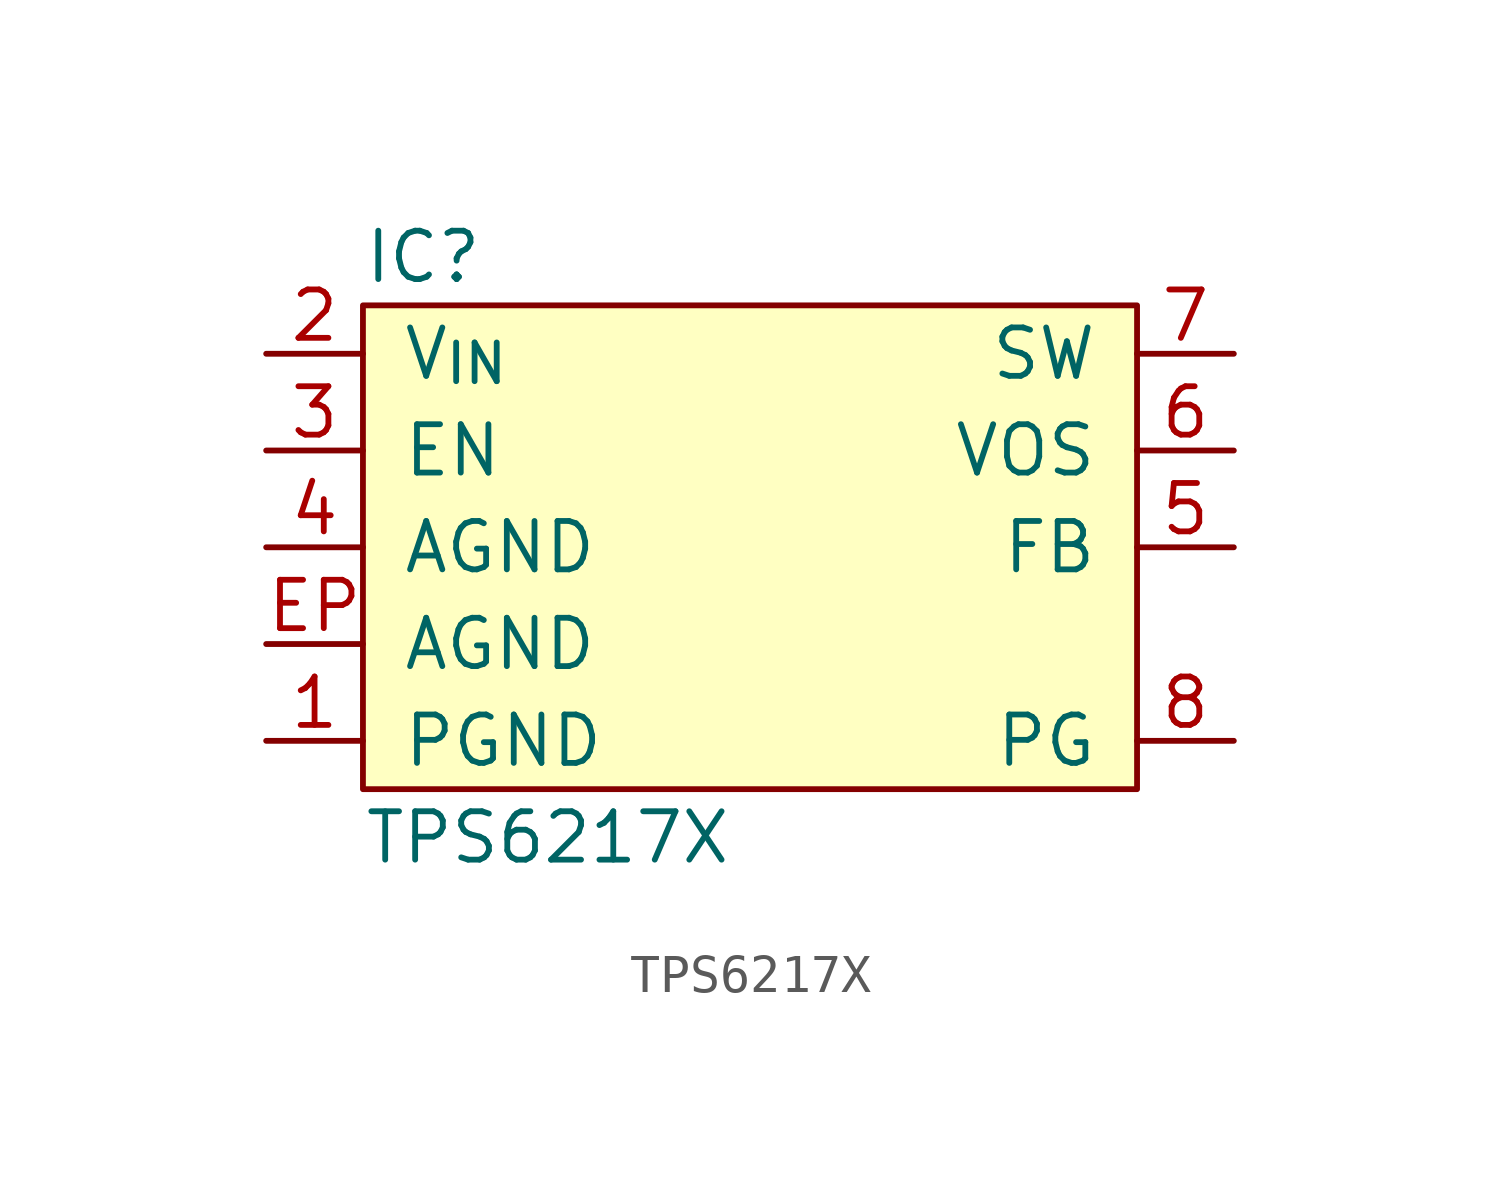
<source format=kicad_sym>
(kicad_symbol_lib
  (version 20211014)
  (generator agg_kicad.build_lib_ic)
  (symbol "TPS6217X"
    (pin_names
      (offset 1.016))
    (property Reference IC
      (at -10.16 7.62 0)
      (effects (font (size 1.27 1.27)) (justify left)))
    (property Value "TPS6217X"
      (at -10.16 -7.62 0)
      (effects (font (size 1.27 1.27)) (justify left)))
    (symbol "TPS6217X_0_0"
      (rectangle (start -10.16 6.35) (end 10.16 -6.35) (stroke (width 0) (type default) (color 0 0 0 0)) (fill (type background)))
      (pin power_in line (at -12.7 5.08 0) (length 2.54) (name "V_{IN}" (effects (font (size 1.27 1.27)))) (number "2" (effects (font (size 1.27 1.27)))))
      (pin input line (at -12.7 2.54 0) (length 2.54) (name EN (effects (font (size 1.27 1.27)))) (number "3" (effects (font (size 1.27 1.27)))))
      (pin power_in line (at -12.7 0 0) (length 2.54) (name AGND (effects (font (size 1.27 1.27)))) (number "4" (effects (font (size 1.27 1.27)))))
      (pin power_in line (at -12.7 -2.54 0) (length 2.54) (name AGND (effects (font (size 1.27 1.27)))) (number EP (effects (font (size 1.27 1.27)))))
      (pin power_in line (at -12.7 -5.08 0) (length 2.54) (name PGND (effects (font (size 1.27 1.27)))) (number "1" (effects (font (size 1.27 1.27)))))
      (pin output line (at 12.7 5.08 180) (length 2.54) (name SW (effects (font (size 1.27 1.27)))) (number "7" (effects (font (size 1.27 1.27)))))
      (pin input line (at 12.7 2.54 180) (length 2.54) (name VOS (effects (font (size 1.27 1.27)))) (number "6" (effects (font (size 1.27 1.27)))))
      (pin input line (at 12.7 0 180) (length 2.54) (name FB (effects (font (size 1.27 1.27)))) (number "5" (effects (font (size 1.27 1.27)))))
      (pin open_collector line (at 12.7 -5.08 180) (length 2.54) (name PG (effects (font (size 1.27 1.27)))) (number "8" (effects (font (size 1.27 1.27))))))))
</source>
